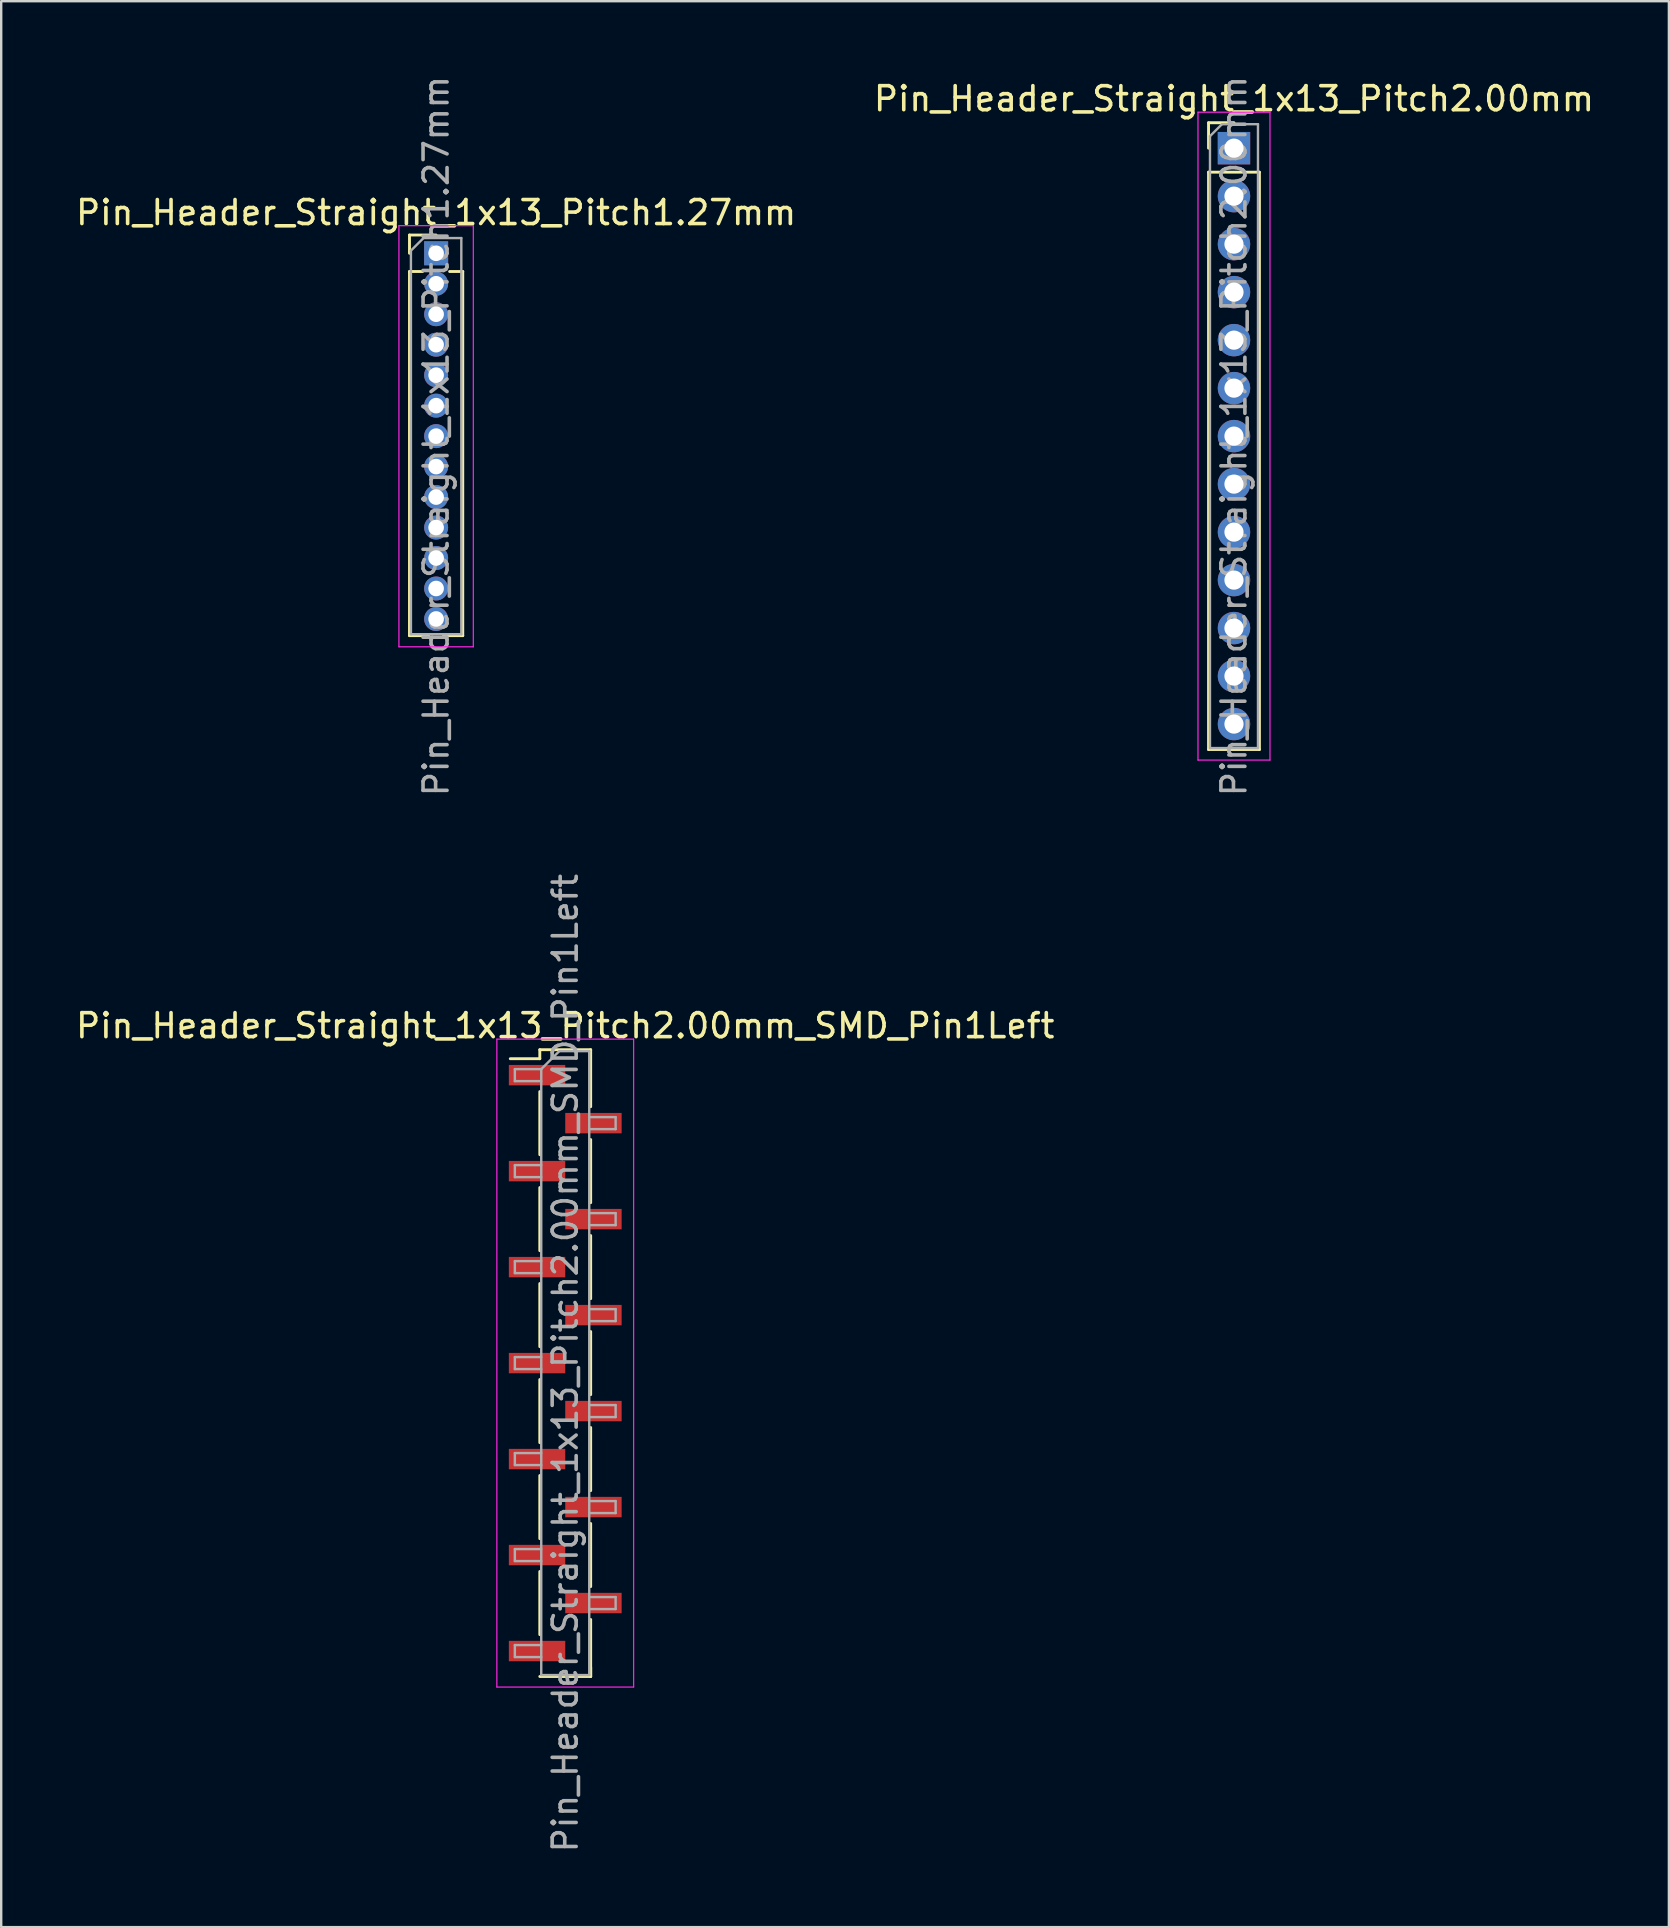
<source format=kicad_pcb>
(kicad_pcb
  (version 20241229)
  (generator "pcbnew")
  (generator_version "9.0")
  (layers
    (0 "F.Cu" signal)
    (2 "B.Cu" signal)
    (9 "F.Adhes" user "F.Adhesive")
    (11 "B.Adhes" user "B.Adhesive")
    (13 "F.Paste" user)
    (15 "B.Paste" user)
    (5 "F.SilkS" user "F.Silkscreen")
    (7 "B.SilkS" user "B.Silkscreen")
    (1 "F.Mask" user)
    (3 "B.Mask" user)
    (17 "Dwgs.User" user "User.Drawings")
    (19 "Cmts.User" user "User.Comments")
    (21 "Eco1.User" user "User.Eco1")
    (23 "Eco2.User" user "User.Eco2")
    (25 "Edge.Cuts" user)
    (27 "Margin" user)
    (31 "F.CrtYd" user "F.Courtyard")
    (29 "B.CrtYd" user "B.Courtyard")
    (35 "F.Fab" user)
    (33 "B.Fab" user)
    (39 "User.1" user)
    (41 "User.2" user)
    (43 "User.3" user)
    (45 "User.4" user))
  (footprint "Pin_Header_Straight_1x13_Pitch2.00mm"
    (layer "F.Cu")
    (at 48.375 3.125)
    (property "Reference" "Pin_Header_Straight_1x13_Pitch2.00mm" (at 0 -2.06 0) (layer "F.SilkS") (effects (font (size 1 1) (thickness 0.15))))
    (attr through_hole)
    (fp_line (start -1.06 -1.06) (end 0 -1.06) (stroke (width 0.12) (type solid)) (layer "F.SilkS"))
    (fp_line (start -1.06 0) (end -1.06 -1.06) (stroke (width 0.12) (type solid)) (layer "F.SilkS"))
    (fp_line (start -1.06 1) (end -1.06 25.06) (stroke (width 0.12) (type solid)) (layer "F.SilkS"))
    (fp_line (start -1.06 1) (end 1.06 1) (stroke (width 0.12) (type solid)) (layer "F.SilkS"))
    (fp_line (start -1.06 25.06) (end 1.06 25.06) (stroke (width 0.12) (type solid)) (layer "F.SilkS"))
    (fp_line (start 1.06 1) (end 1.06 25.06) (stroke (width 0.12) (type solid)) (layer "F.SilkS"))
    (fp_line (start -1.5 -1.5) (end -1.5 25.5) (stroke (width 0.05) (type solid)) (layer "F.CrtYd"))
    (fp_line (start -1.5 25.5) (end 1.5 25.5) (stroke (width 0.05) (type solid)) (layer "F.CrtYd"))
    (fp_line (start 1.5 -1.5) (end -1.5 -1.5) (stroke (width 0.05) (type solid)) (layer "F.CrtYd"))
    (fp_line (start 1.5 25.5) (end 1.5 -1.5) (stroke (width 0.05) (type solid)) (layer "F.CrtYd"))
    (fp_line (start -1 -0.5) (end -0.5 -1) (stroke (width 0.1) (type solid)) (layer "F.Fab"))
    (fp_line (start -1 25) (end -1 -0.5) (stroke (width 0.1) (type solid)) (layer "F.Fab"))
    (fp_line (start -0.5 -1) (end 1 -1) (stroke (width 0.1) (type solid)) (layer "F.Fab"))
    (fp_line (start 1 -1) (end 1 25) (stroke (width 0.1) (type solid)) (layer "F.Fab"))
    (fp_line (start 1 25) (end -1 25) (stroke (width 0.1) (type solid)) (layer "F.Fab"))
    (fp_text user "${REFERENCE}" (at 0 12 90) (layer "F.Fab") (effects (font (size 1 1) (thickness 0.15))))
    (pad "1" thru_hole rect (at 0 0) (size 1.35 1.35) (drill 0.8) (layers "*.Cu" "*.Mask"))
    (pad "2" thru_hole oval (at 0 2) (size 1.35 1.35) (drill 0.8) (layers "*.Cu" "*.Mask"))
    (pad "3" thru_hole oval (at 0 4) (size 1.35 1.35) (drill 0.8) (layers "*.Cu" "*.Mask"))
    (pad "4" thru_hole oval (at 0 6) (size 1.35 1.35) (drill 0.8) (layers "*.Cu" "*.Mask"))
    (pad "5" thru_hole oval (at 0 8) (size 1.35 1.35) (drill 0.8) (layers "*.Cu" "*.Mask"))
    (pad "6" thru_hole oval (at 0 10) (size 1.35 1.35) (drill 0.8) (layers "*.Cu" "*.Mask"))
    (pad "7" thru_hole oval (at 0 12) (size 1.35 1.35) (drill 0.8) (layers "*.Cu" "*.Mask"))
    (pad "8" thru_hole oval (at 0 14) (size 1.35 1.35) (drill 0.8) (layers "*.Cu" "*.Mask"))
    (pad "9" thru_hole oval (at 0 16) (size 1.35 1.35) (drill 0.8) (layers "*.Cu" "*.Mask"))
    (pad "10" thru_hole oval (at 0 18) (size 1.35 1.35) (drill 0.8) (layers "*.Cu" "*.Mask"))
    (pad "11" thru_hole oval (at 0 20) (size 1.35 1.35) (drill 0.8) (layers "*.Cu" "*.Mask"))
    (pad "12" thru_hole oval (at 0 22) (size 1.35 1.35) (drill 0.8) (layers "*.Cu" "*.Mask"))
    (pad "13" thru_hole oval (at 0 24) (size 1.35 1.35) (drill 0.8) (layers "*.Cu" "*.Mask")))
  (footprint "Pin_Header_Straight_1x13_Pitch1.27mm"
    (layer "F.Cu")
    (at 15.125 7.505)
    (property "Reference" "Pin_Header_Straight_1x13_Pitch1.27mm" (at 0 -1.695 0) (layer "F.SilkS") (effects (font (size 1 1) (thickness 0.15))))
    (attr through_hole)
    (fp_line (start -1.11 -0.76) (end 0 -0.76) (stroke (width 0.12) (type solid)) (layer "F.SilkS"))
    (fp_line (start -1.11 0) (end -1.11 -0.76) (stroke (width 0.12) (type solid)) (layer "F.SilkS"))
    (fp_line (start -1.11 0.76) (end -1.11 15.935) (stroke (width 0.12) (type solid)) (layer "F.SilkS"))
    (fp_line (start -1.11 0.76) (end -0.563 0.76) (stroke (width 0.12) (type solid)) (layer "F.SilkS"))
    (fp_line (start -1.11 15.935) (end -0.308 15.935) (stroke (width 0.12) (type solid)) (layer "F.SilkS"))
    (fp_line (start 0.308 15.935) (end 1.11 15.935) (stroke (width 0.12) (type solid)) (layer "F.SilkS"))
    (fp_line (start 0.563 0.76) (end 1.11 0.76) (stroke (width 0.12) (type solid)) (layer "F.SilkS"))
    (fp_line (start 1.11 0.76) (end 1.11 15.935) (stroke (width 0.12) (type solid)) (layer "F.SilkS"))
    (fp_line (start -1.55 -1.15) (end -1.55 16.4) (stroke (width 0.05) (type solid)) (layer "F.CrtYd"))
    (fp_line (start -1.55 16.4) (end 1.55 16.4) (stroke (width 0.05) (type solid)) (layer "F.CrtYd"))
    (fp_line (start 1.55 -1.15) (end -1.55 -1.15) (stroke (width 0.05) (type solid)) (layer "F.CrtYd"))
    (fp_line (start 1.55 16.4) (end 1.55 -1.15) (stroke (width 0.05) (type solid)) (layer "F.CrtYd"))
    (fp_line (start -1.05 -0.11) (end -0.525 -0.635) (stroke (width 0.1) (type solid)) (layer "F.Fab"))
    (fp_line (start -1.05 15.875) (end -1.05 -0.11) (stroke (width 0.1) (type solid)) (layer "F.Fab"))
    (fp_line (start -0.525 -0.635) (end 1.05 -0.635) (stroke (width 0.1) (type solid)) (layer "F.Fab"))
    (fp_line (start 1.05 -0.635) (end 1.05 15.875) (stroke (width 0.1) (type solid)) (layer "F.Fab"))
    (fp_line (start 1.05 15.875) (end -1.05 15.875) (stroke (width 0.1) (type solid)) (layer "F.Fab"))
    (fp_text user "${REFERENCE}" (at 0 7.62 90) (layer "F.Fab") (effects (font (size 1 1) (thickness 0.15))))
    (pad "1" thru_hole rect (at 0 0) (size 1 1) (drill 0.65) (layers "*.Cu" "*.Mask"))
    (pad "2" thru_hole oval (at 0 1.27) (size 1 1) (drill 0.65) (layers "*.Cu" "*.Mask"))
    (pad "3" thru_hole oval (at 0 2.54) (size 1 1) (drill 0.65) (layers "*.Cu" "*.Mask"))
    (pad "4" thru_hole oval (at 0 3.81) (size 1 1) (drill 0.65) (layers "*.Cu" "*.Mask"))
    (pad "5" thru_hole oval (at 0 5.08) (size 1 1) (drill 0.65) (layers "*.Cu" "*.Mask"))
    (pad "6" thru_hole oval (at 0 6.35) (size 1 1) (drill 0.65) (layers "*.Cu" "*.Mask"))
    (pad "7" thru_hole oval (at 0 7.62) (size 1 1) (drill 0.65) (layers "*.Cu" "*.Mask"))
    (pad "8" thru_hole oval (at 0 8.89) (size 1 1) (drill 0.65) (layers "*.Cu" "*.Mask"))
    (pad "9" thru_hole oval (at 0 10.16) (size 1 1) (drill 0.65) (layers "*.Cu" "*.Mask"))
    (pad "10" thru_hole oval (at 0 11.43) (size 1 1) (drill 0.65) (layers "*.Cu" "*.Mask"))
    (pad "11" thru_hole oval (at 0 12.7) (size 1 1) (drill 0.65) (layers "*.Cu" "*.Mask"))
    (pad "12" thru_hole oval (at 0 13.97) (size 1 1) (drill 0.65) (layers "*.Cu" "*.Mask"))
    (pad "13" thru_hole oval (at 0 15.24) (size 1 1) (drill 0.65) (layers "*.Cu" "*.Mask")))
  (footprint "Pin_Header_Straight_1x13_Pitch2.00mm_SMD_Pin1Left"
    (layer "F.Cu")
    (at 20.506 53.756)
    (property "Reference" "Pin_Header_Straight_1x13_Pitch2.00mm_SMD_Pin1Left" (at 0 -14.06 0) (layer "F.SilkS") (effects (font (size 1 1) (thickness 0.15))))
    (attr smd)
    (fp_line (start -1.06 -13.06) (end -1.06 -12.685) (stroke (width 0.12) (type solid)) (layer "F.SilkS"))
    (fp_line (start -1.06 -13.06) (end 1.06 -13.06) (stroke (width 0.12) (type solid)) (layer "F.SilkS"))
    (fp_line (start -1.06 -12.685) (end -2.29 -12.685) (stroke (width 0.12) (type solid)) (layer "F.SilkS"))
    (fp_line (start -1.06 -11.315) (end -1.06 -8.685) (stroke (width 0.12) (type solid)) (layer "F.SilkS"))
    (fp_line (start -1.06 -7.315) (end -1.06 -4.685) (stroke (width 0.12) (type solid)) (layer "F.SilkS"))
    (fp_line (start -1.06 -3.315) (end -1.06 -0.685) (stroke (width 0.12) (type solid)) (layer "F.SilkS"))
    (fp_line (start -1.06 0.685) (end -1.06 3.315) (stroke (width 0.12) (type solid)) (layer "F.SilkS"))
    (fp_line (start -1.06 4.685) (end -1.06 7.315) (stroke (width 0.12) (type solid)) (layer "F.SilkS"))
    (fp_line (start -1.06 8.685) (end -1.06 11.315) (stroke (width 0.12) (type solid)) (layer "F.SilkS"))
    (fp_line (start -1.06 13.06) (end 1.06 13.06) (stroke (width 0.12) (type solid)) (layer "F.SilkS"))
    (fp_line (start 1.06 -13.06) (end 1.06 -10.685) (stroke (width 0.12) (type solid)) (layer "F.SilkS"))
    (fp_line (start 1.06 -9.315) (end 1.06 -6.685) (stroke (width 0.12) (type solid)) (layer "F.SilkS"))
    (fp_line (start 1.06 -5.315) (end 1.06 -2.685) (stroke (width 0.12) (type solid)) (layer "F.SilkS"))
    (fp_line (start 1.06 -1.315) (end 1.06 1.315) (stroke (width 0.12) (type solid)) (layer "F.SilkS"))
    (fp_line (start 1.06 2.685) (end 1.06 5.315) (stroke (width 0.12) (type solid)) (layer "F.SilkS"))
    (fp_line (start 1.06 6.685) (end 1.06 9.315) (stroke (width 0.12) (type solid)) (layer "F.SilkS"))
    (fp_line (start 1.06 10.685) (end 1.06 13.06) (stroke (width 0.12) (type solid)) (layer "F.SilkS"))
    (fp_line (start 1.06 12.685) (end 1.06 13.06) (stroke (width 0.12) (type solid)) (layer "F.SilkS"))
    (fp_line (start -2.85 -13.5) (end -2.85 13.5) (stroke (width 0.05) (type solid)) (layer "F.CrtYd"))
    (fp_line (start -2.85 13.5) (end 2.85 13.5) (stroke (width 0.05) (type solid)) (layer "F.CrtYd"))
    (fp_line (start 2.85 -13.5) (end -2.85 -13.5) (stroke (width 0.05) (type solid)) (layer "F.CrtYd"))
    (fp_line (start 2.85 13.5) (end 2.85 -13.5) (stroke (width 0.05) (type solid)) (layer "F.CrtYd"))
    (fp_line (start -2.1 -12.25) (end -2.1 -11.75) (stroke (width 0.1) (type solid)) (layer "F.Fab"))
    (fp_line (start -2.1 -11.75) (end -1 -11.75) (stroke (width 0.1) (type solid)) (layer "F.Fab"))
    (fp_line (start -2.1 -8.25) (end -2.1 -7.75) (stroke (width 0.1) (type solid)) (layer "F.Fab"))
    (fp_line (start -2.1 -7.75) (end -1 -7.75) (stroke (width 0.1) (type solid)) (layer "F.Fab"))
    (fp_line (start -2.1 -4.25) (end -2.1 -3.75) (stroke (width 0.1) (type solid)) (layer "F.Fab"))
    (fp_line (start -2.1 -3.75) (end -1 -3.75) (stroke (width 0.1) (type solid)) (layer "F.Fab"))
    (fp_line (start -2.1 -0.25) (end -2.1 0.25) (stroke (width 0.1) (type solid)) (layer "F.Fab"))
    (fp_line (start -2.1 0.25) (end -1 0.25) (stroke (width 0.1) (type solid)) (layer "F.Fab"))
    (fp_line (start -2.1 3.75) (end -2.1 4.25) (stroke (width 0.1) (type solid)) (layer "F.Fab"))
    (fp_line (start -2.1 4.25) (end -1 4.25) (stroke (width 0.1) (type solid)) (layer "F.Fab"))
    (fp_line (start -2.1 7.75) (end -2.1 8.25) (stroke (width 0.1) (type solid)) (layer "F.Fab"))
    (fp_line (start -2.1 8.25) (end -1 8.25) (stroke (width 0.1) (type solid)) (layer "F.Fab"))
    (fp_line (start -2.1 11.75) (end -2.1 12.25) (stroke (width 0.1) (type solid)) (layer "F.Fab"))
    (fp_line (start -2.1 12.25) (end -1 12.25) (stroke (width 0.1) (type solid)) (layer "F.Fab"))
    (fp_line (start -1 -12.25) (end -2.1 -12.25) (stroke (width 0.1) (type solid)) (layer "F.Fab"))
    (fp_line (start -1 -12.25) (end -0.25 -13) (stroke (width 0.1) (type solid)) (layer "F.Fab"))
    (fp_line (start -1 -8.25) (end -2.1 -8.25) (stroke (width 0.1) (type solid)) (layer "F.Fab"))
    (fp_line (start -1 -4.25) (end -2.1 -4.25) (stroke (width 0.1) (type solid)) (layer "F.Fab"))
    (fp_line (start -1 -0.25) (end -2.1 -0.25) (stroke (width 0.1) (type solid)) (layer "F.Fab"))
    (fp_line (start -1 3.75) (end -2.1 3.75) (stroke (width 0.1) (type solid)) (layer "F.Fab"))
    (fp_line (start -1 7.75) (end -2.1 7.75) (stroke (width 0.1) (type solid)) (layer "F.Fab"))
    (fp_line (start -1 11.75) (end -2.1 11.75) (stroke (width 0.1) (type solid)) (layer "F.Fab"))
    (fp_line (start -1 13) (end -1 -12.25) (stroke (width 0.1) (type solid)) (layer "F.Fab"))
    (fp_line (start -0.25 -13) (end 1 -13) (stroke (width 0.1) (type solid)) (layer "F.Fab"))
    (fp_line (start 1 -13) (end 1 13) (stroke (width 0.1) (type solid)) (layer "F.Fab"))
    (fp_line (start 1 -10.25) (end 2.1 -10.25) (stroke (width 0.1) (type solid)) (layer "F.Fab"))
    (fp_line (start 1 -6.25) (end 2.1 -6.25) (stroke (width 0.1) (type solid)) (layer "F.Fab"))
    (fp_line (start 1 -2.25) (end 2.1 -2.25) (stroke (width 0.1) (type solid)) (layer "F.Fab"))
    (fp_line (start 1 1.75) (end 2.1 1.75) (stroke (width 0.1) (type solid)) (layer "F.Fab"))
    (fp_line (start 1 5.75) (end 2.1 5.75) (stroke (width 0.1) (type solid)) (layer "F.Fab"))
    (fp_line (start 1 9.75) (end 2.1 9.75) (stroke (width 0.1) (type solid)) (layer "F.Fab"))
    (fp_line (start 1 13) (end -1 13) (stroke (width 0.1) (type solid)) (layer "F.Fab"))
    (fp_line (start 2.1 -10.25) (end 2.1 -9.75) (stroke (width 0.1) (type solid)) (layer "F.Fab"))
    (fp_line (start 2.1 -9.75) (end 1 -9.75) (stroke (width 0.1) (type solid)) (layer "F.Fab"))
    (fp_line (start 2.1 -6.25) (end 2.1 -5.75) (stroke (width 0.1) (type solid)) (layer "F.Fab"))
    (fp_line (start 2.1 -5.75) (end 1 -5.75) (stroke (width 0.1) (type solid)) (layer "F.Fab"))
    (fp_line (start 2.1 -2.25) (end 2.1 -1.75) (stroke (width 0.1) (type solid)) (layer "F.Fab"))
    (fp_line (start 2.1 -1.75) (end 1 -1.75) (stroke (width 0.1) (type solid)) (layer "F.Fab"))
    (fp_line (start 2.1 1.75) (end 2.1 2.25) (stroke (width 0.1) (type solid)) (layer "F.Fab"))
    (fp_line (start 2.1 2.25) (end 1 2.25) (stroke (width 0.1) (type solid)) (layer "F.Fab"))
    (fp_line (start 2.1 5.75) (end 2.1 6.25) (stroke (width 0.1) (type solid)) (layer "F.Fab"))
    (fp_line (start 2.1 6.25) (end 1 6.25) (stroke (width 0.1) (type solid)) (layer "F.Fab"))
    (fp_line (start 2.1 9.75) (end 2.1 10.25) (stroke (width 0.1) (type solid)) (layer "F.Fab"))
    (fp_line (start 2.1 10.25) (end 1 10.25) (stroke (width 0.1) (type solid)) (layer "F.Fab"))
    (fp_text user "${REFERENCE}" (at 0 0 90) (layer "F.Fab") (effects (font (size 1 1) (thickness 0.15))))
    (pad "1" smd rect (at -1.175 -12) (size 2.35 0.85) (layers "F.Cu" "F.Mask" "F.Paste"))
    (pad "2" smd rect (at 1.175 -10) (size 2.35 0.85) (layers "F.Cu" "F.Mask" "F.Paste"))
    (pad "3" smd rect (at -1.175 -8) (size 2.35 0.85) (layers "F.Cu" "F.Mask" "F.Paste"))
    (pad "4" smd rect (at 1.175 -6) (size 2.35 0.85) (layers "F.Cu" "F.Mask" "F.Paste"))
    (pad "5" smd rect (at -1.175 -4) (size 2.35 0.85) (layers "F.Cu" "F.Mask" "F.Paste"))
    (pad "6" smd rect (at 1.175 -2) (size 2.35 0.85) (layers "F.Cu" "F.Mask" "F.Paste"))
    (pad "7" smd rect (at -1.175 0) (size 2.35 0.85) (layers "F.Cu" "F.Mask" "F.Paste"))
    (pad "8" smd rect (at 1.175 2) (size 2.35 0.85) (layers "F.Cu" "F.Mask" "F.Paste"))
    (pad "9" smd rect (at -1.175 4) (size 2.35 0.85) (layers "F.Cu" "F.Mask" "F.Paste"))
    (pad "10" smd rect (at 1.175 6) (size 2.35 0.85) (layers "F.Cu" "F.Mask" "F.Paste"))
    (pad "11" smd rect (at -1.175 8) (size 2.35 0.85) (layers "F.Cu" "F.Mask" "F.Paste"))
    (pad "12" smd rect (at 1.175 10) (size 2.35 0.85) (layers "F.Cu" "F.Mask" "F.Paste"))
    (pad "13" smd rect (at -1.175 12) (size 2.35 0.85) (layers "F.Cu" "F.Mask" "F.Paste")))
  (gr_rect
    (start -3 -3)
    (end 66.5 77.262)
    (stroke (width 0.1) (type default))
    (fill no)
    (layer "Edge.Cuts")))
</source>
